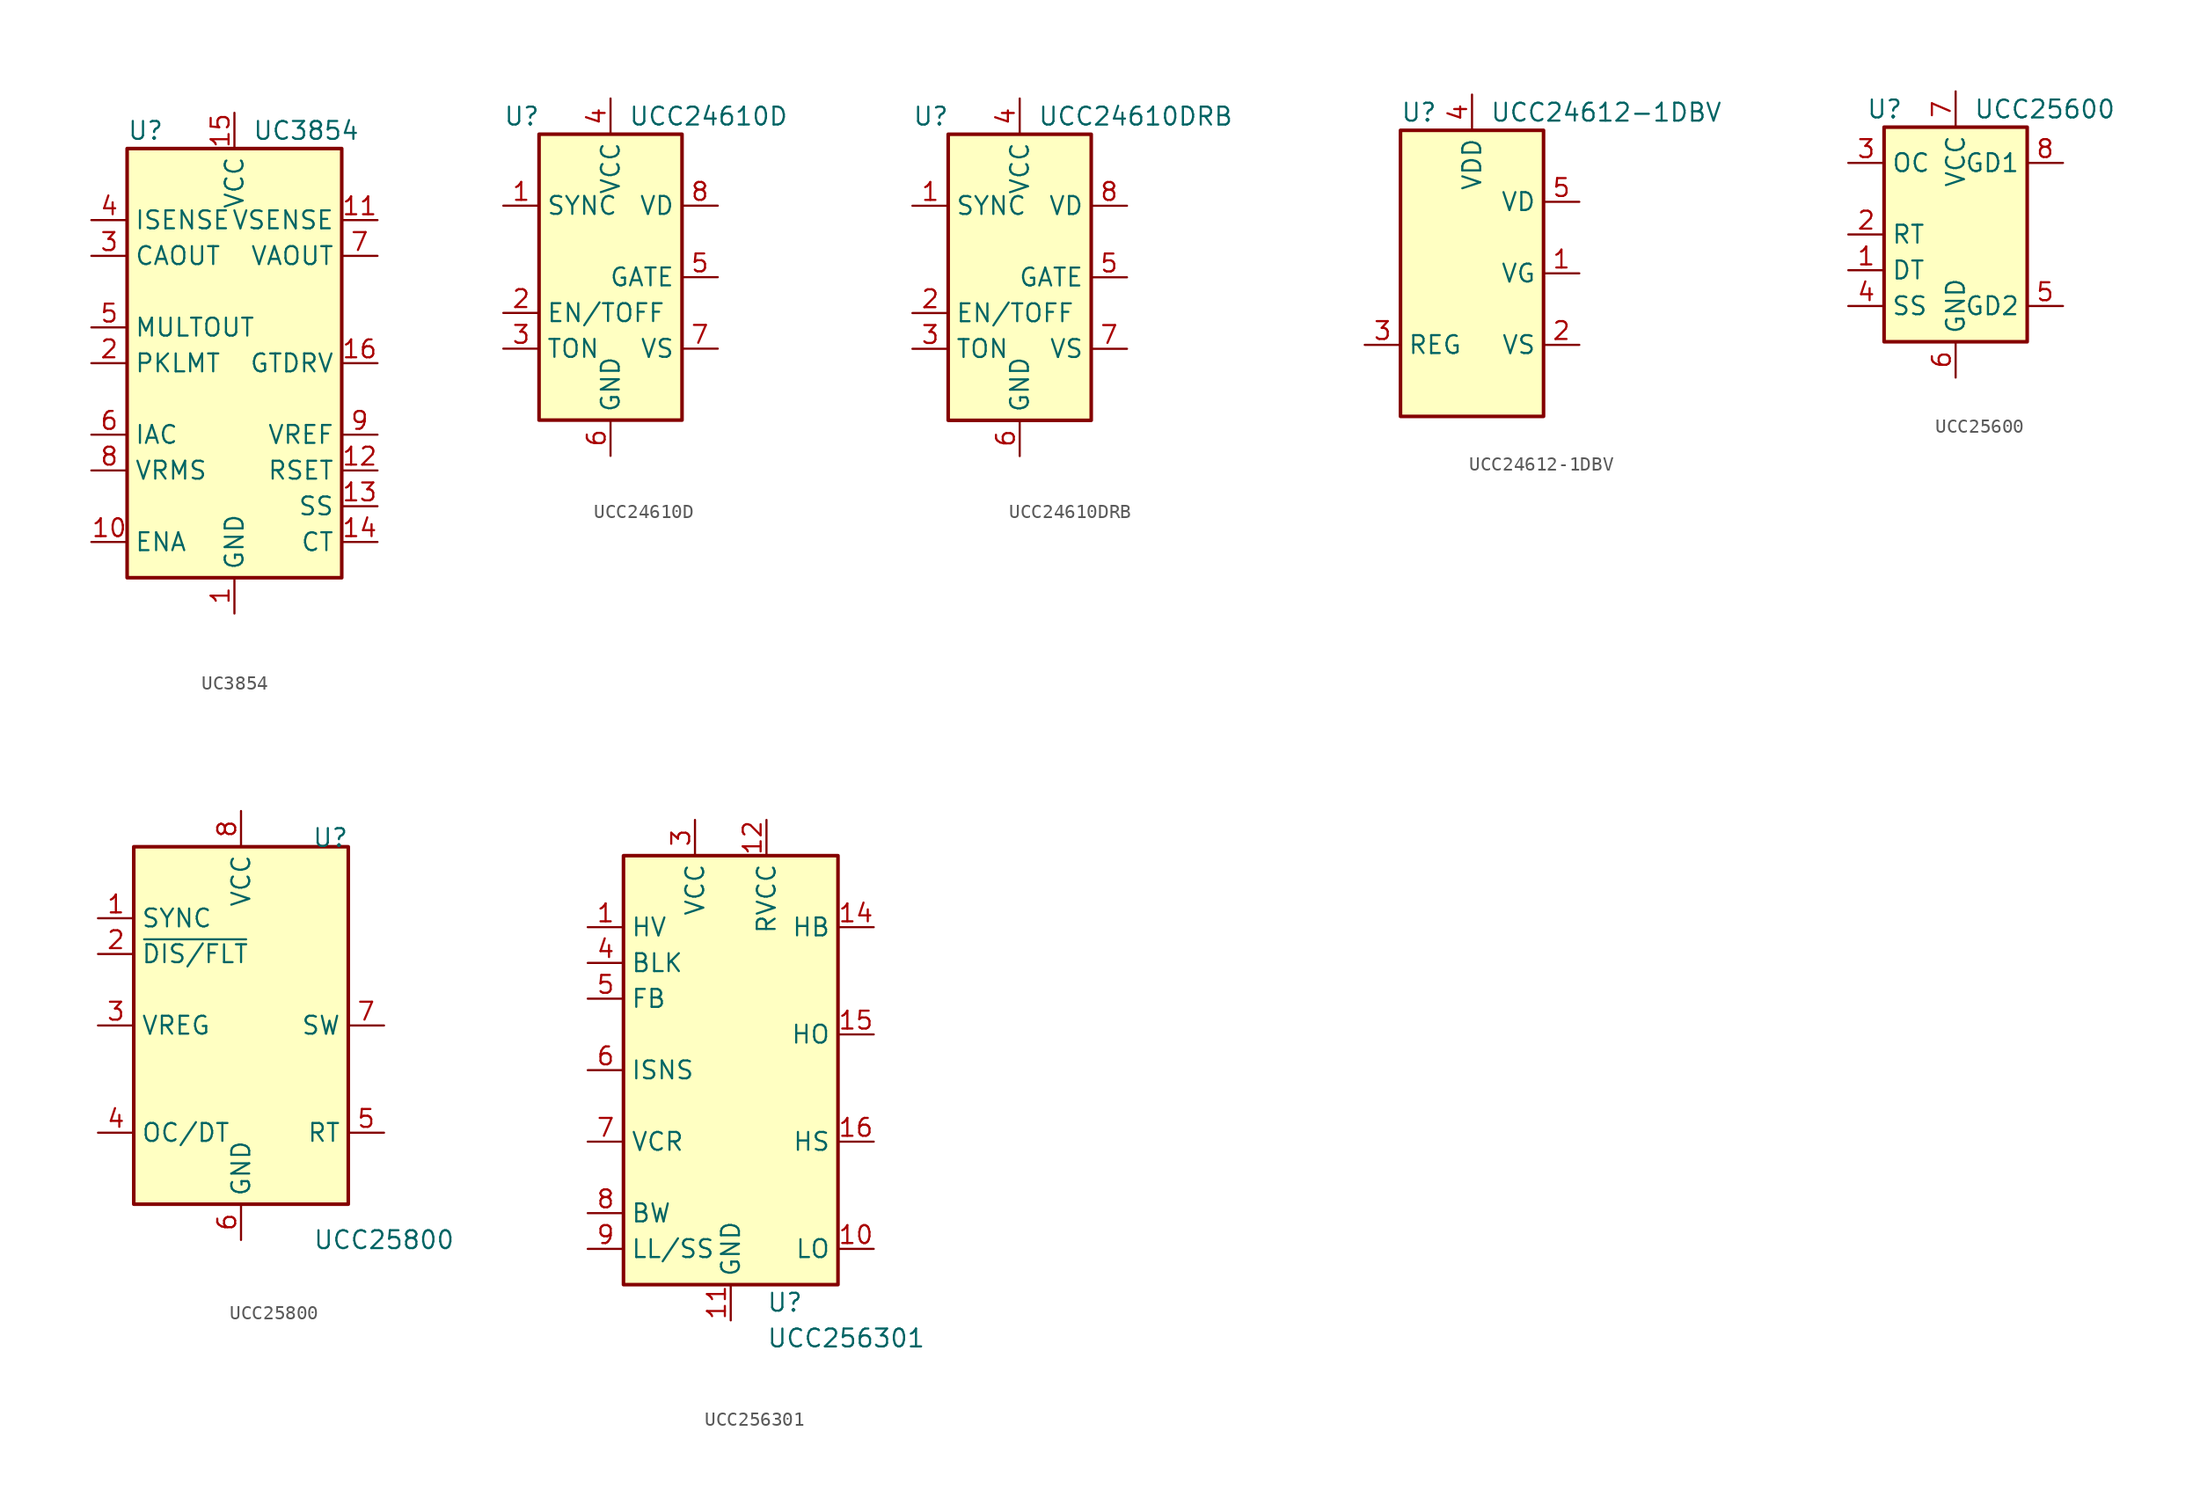
<source format=kicad_sym>
(kicad_symbol_lib
  (version 20241209)
  (generator "kicad_symbol_editor")
  (generator_version "9.0")
  (symbol "UC3854"
    (property "Reference" "U"
      (at -7.62 16.51 0)
      (effects (font (size 1.27 1.27)) (justify left)))
    (property "Value" "UC3854"
      (at 1.27 16.51 0)
      (effects (font (size 1.27 1.27)) (justify left)))
    (symbol "UC3854_0_0"
      (rectangle (start -7.62 15.24) (end 7.62 -15.24) (stroke (width 0.254) (type default)) (fill (type background))))
    (symbol "UC3854_1_1"
      (pin input line (at -10.16 10.16 0) (length 2.54) (name "ISENSE" (effects (font (size 1.27 1.27)))) (number "4" (effects (font (size 1.27 1.27)))))
      (pin output line (at -10.16 7.62 0) (length 2.54) (name "CAOUT" (effects (font (size 1.27 1.27)))) (number "3" (effects (font (size 1.27 1.27)))))
      (pin passive line (at -10.16 2.54 0) (length 2.54) (name "MULTOUT" (effects (font (size 1.27 1.27)))) (number "5" (effects (font (size 1.27 1.27)))))
      (pin input line (at -10.16 0 0) (length 2.54) (name "PKLMT" (effects (font (size 1.27 1.27)))) (number "2" (effects (font (size 1.27 1.27)))))
      (pin input line (at -10.16 -5.08 0) (length 2.54) (name "IAC" (effects (font (size 1.27 1.27)))) (number "6" (effects (font (size 1.27 1.27)))))
      (pin input line (at -10.16 -7.62 0) (length 2.54) (name "VRMS" (effects (font (size 1.27 1.27)))) (number "8" (effects (font (size 1.27 1.27)))))
      (pin input line (at -10.16 -12.7 0) (length 2.54) (name "ENA" (effects (font (size 1.27 1.27)))) (number "10" (effects (font (size 1.27 1.27)))))
      (pin power_in line (at 0 17.78 270) (length 2.54) (name "VCC" (effects (font (size 1.27 1.27)))) (number "15" (effects (font (size 1.27 1.27)))))
      (pin power_in line (at 0 -17.78 90) (length 2.54) (name "GND" (effects (font (size 1.27 1.27)))) (number "1" (effects (font (size 1.27 1.27)))))
      (pin input line (at 10.16 10.16 180) (length 2.54) (name "VSENSE" (effects (font (size 1.27 1.27)))) (number "11" (effects (font (size 1.27 1.27)))))
      (pin output line (at 10.16 7.62 180) (length 2.54) (name "VAOUT" (effects (font (size 1.27 1.27)))) (number "7" (effects (font (size 1.27 1.27)))))
      (pin output line (at 10.16 0 180) (length 2.54) (name "GTDRV" (effects (font (size 1.27 1.27)))) (number "16" (effects (font (size 1.27 1.27)))))
      (pin output line (at 10.16 -5.08 180) (length 2.54) (name "VREF" (effects (font (size 1.27 1.27)))) (number "9" (effects (font (size 1.27 1.27)))))
      (pin passive line (at 10.16 -7.62 180) (length 2.54) (name "RSET" (effects (font (size 1.27 1.27)))) (number "12" (effects (font (size 1.27 1.27)))))
      (pin passive line (at 10.16 -10.16 180) (length 2.54) (name "SS" (effects (font (size 1.27 1.27)))) (number "13" (effects (font (size 1.27 1.27)))))
      (pin passive line (at 10.16 -12.7 180) (length 2.54) (name "CT" (effects (font (size 1.27 1.27)))) (number "14" (effects (font (size 1.27 1.27)))))))
  (symbol "UCC24610D"
    (property "Reference" "U"
      (at -7.62 11.43 0)
      (effects (font (size 1.27 1.27)) (justify left)))
    (property "Value" "UCC24610D"
      (at 1.27 11.43 0)
      (effects (font (size 1.27 1.27)) (justify left)))
    (symbol "UCC24610D_0_1"
      (rectangle (start -5.08 -10.16) (end 5.08 10.16) (stroke (width 0.254) (type default)) (fill (type background))))
    (symbol "UCC24610D_1_1"
      (pin input line (at -7.62 5.08 0) (length 2.54) (name "SYNC" (effects (font (size 1.27 1.27)))) (number "1" (effects (font (size 1.27 1.27)))))
      (pin input line (at -7.62 -2.54 0) (length 2.54) (name "EN/TOFF" (effects (font (size 1.27 1.27)))) (number "2" (effects (font (size 1.27 1.27)))))
      (pin input line (at -7.62 -5.08 0) (length 2.54) (name "TON" (effects (font (size 1.27 1.27)))) (number "3" (effects (font (size 1.27 1.27)))))
      (pin power_in line (at 0 12.7 270) (length 2.54) (name "VCC" (effects (font (size 1.27 1.27)))) (number "4" (effects (font (size 1.27 1.27)))))
      (pin power_in line (at 0 -12.7 90) (length 2.54) (name "GND" (effects (font (size 1.27 1.27)))) (number "6" (effects (font (size 1.27 1.27)))))
      (pin input line (at 7.62 5.08 180) (length 2.54) (name "VD" (effects (font (size 1.27 1.27)))) (number "8" (effects (font (size 1.27 1.27)))))
      (pin output line (at 7.62 0 180) (length 2.54) (name "GATE" (effects (font (size 1.27 1.27)))) (number "5" (effects (font (size 1.27 1.27)))))
      (pin input line (at 7.62 -5.08 180) (length 2.54) (name "VS" (effects (font (size 1.27 1.27)))) (number "7" (effects (font (size 1.27 1.27)))))))
  (symbol "UCC24610DRB"
    (property "Reference" "U"
      (at -7.62 11.43 0)
      (effects (font (size 1.27 1.27)) (justify left)))
    (property "Value" "UCC24610DRB"
      (at 1.27 11.43 0)
      (effects (font (size 1.27 1.27)) (justify left)))
    (symbol "UCC24610DRB_0_1"
      (rectangle (start -5.08 -10.16) (end 5.08 10.16) (stroke (width 0.254) (type default)) (fill (type background))))
    (symbol "UCC24610DRB_1_1"
      (pin input line (at -7.62 5.08 0) (length 2.54) (name "SYNC" (effects (font (size 1.27 1.27)))) (number "1" (effects (font (size 1.27 1.27)))))
      (pin input line (at -7.62 -2.54 0) (length 2.54) (name "EN/TOFF" (effects (font (size 1.27 1.27)))) (number "2" (effects (font (size 1.27 1.27)))))
      (pin input line (at -7.62 -5.08 0) (length 2.54) (name "TON" (effects (font (size 1.27 1.27)))) (number "3" (effects (font (size 1.27 1.27)))))
      (pin power_in line (at 0 12.7 270) (length 2.54) (name "VCC" (effects (font (size 1.27 1.27)))) (number "4" (effects (font (size 1.27 1.27)))))
      (pin power_in line (at 0 -12.7 90) (length 2.54) (name "GND" (effects (font (size 1.27 1.27)))) (number "6" (effects (font (size 1.27 1.27)))))
      (pin input line (at 7.62 5.08 180) (length 2.54) (name "VD" (effects (font (size 1.27 1.27)))) (number "8" (effects (font (size 1.27 1.27)))))
      (pin output line (at 7.62 0 180) (length 2.54) (name "GATE" (effects (font (size 1.27 1.27)))) (number "5" (effects (font (size 1.27 1.27)))))
      (pin input line (at 7.62 -5.08 180) (length 2.54) (name "VS" (effects (font (size 1.27 1.27)))) (number "7" (effects (font (size 1.27 1.27)))))))
  (symbol "UCC24612-1DBV"
    (property "Reference" "U"
      (at -5.08 11.43 0)
      (effects (font (size 1.27 1.27)) (justify left)))
    (property "Value" "UCC24612-1DBV"
      (at 1.27 11.43 0)
      (effects (font (size 1.27 1.27)) (justify left)))
    (symbol "UCC24612-1DBV_0_1"
      (rectangle (start -5.08 -10.16) (end 5.08 10.16) (stroke (width 0.254) (type default)) (fill (type background))))
    (symbol "UCC24612-1DBV_1_1"
      (pin passive line (at -7.62 -5.08 0) (length 2.54) (name "REG" (effects (font (size 1.27 1.27)))) (number "3" (effects (font (size 1.27 1.27)))))
      (pin power_in line (at 0 12.7 270) (length 2.54) (name "VDD" (effects (font (size 1.27 1.27)))) (number "4" (effects (font (size 1.27 1.27)))))
      (pin input line (at 7.62 5.08 180) (length 2.54) (name "VD" (effects (font (size 1.27 1.27)))) (number "5" (effects (font (size 1.27 1.27)))))
      (pin output line (at 7.62 0 180) (length 2.54) (name "VG" (effects (font (size 1.27 1.27)))) (number "1" (effects (font (size 1.27 1.27)))))
      (pin input line (at 7.62 -5.08 180) (length 2.54) (name "VS" (effects (font (size 1.27 1.27)))) (number "2" (effects (font (size 1.27 1.27)))))))
  (symbol "UCC25600"
    (property "Reference" "U"
      (at -6.35 8.89 0)
      (effects (font (size 1.27 1.27)) (justify left)))
    (property "Value" "UCC25600"
      (at 1.27 8.89 0)
      (effects (font (size 1.27 1.27)) (justify left)))
    (symbol "UCC25600_0_0"
      (rectangle (start -5.08 7.62) (end 5.08 -7.62) (stroke (width 0.254) (type default)) (fill (type background))))
    (symbol "UCC25600_1_1"
      (pin input line (at -7.62 5.08 0) (length 2.54) (name "OC" (effects (font (size 1.27 1.27)))) (number "3" (effects (font (size 1.27 1.27)))))
      (pin input line (at -7.62 0 0) (length 2.54) (name "RT" (effects (font (size 1.27 1.27)))) (number "2" (effects (font (size 1.27 1.27)))))
      (pin passive line (at -7.62 -2.54 0) (length 2.54) (name "DT" (effects (font (size 1.27 1.27)))) (number "1" (effects (font (size 1.27 1.27)))))
      (pin passive line (at -7.62 -5.08 0) (length 2.54) (name "SS" (effects (font (size 1.27 1.27)))) (number "4" (effects (font (size 1.27 1.27)))))
      (pin power_in line (at 0 10.16 270) (length 2.54) (name "VCC" (effects (font (size 1.27 1.27)))) (number "7" (effects (font (size 1.27 1.27)))))
      (pin power_in line (at 0 -10.16 90) (length 2.54) (name "GND" (effects (font (size 1.27 1.27)))) (number "6" (effects (font (size 1.27 1.27)))))
      (pin output line (at 7.62 5.08 180) (length 2.54) (name "GD1" (effects (font (size 1.27 1.27)))) (number "8" (effects (font (size 1.27 1.27)))))
      (pin output line (at 7.62 -5.08 180) (length 2.54) (name "GD2" (effects (font (size 1.27 1.27)))) (number "5" (effects (font (size 1.27 1.27)))))))
  (symbol "UCC25800"
    (property "Reference" "U"
      (at 6.35 13.335 0)
      (effects (font (size 1.27 1.27))))
    (property "Value" "UCC25800"
      (at 10.16 -15.24 0)
      (effects (font (size 1.27 1.27))))
    (symbol "UCC25800_0_1"
      (rectangle (start -7.62 12.7) (end 7.62 -12.7) (stroke (width 0.254) (type default)) (fill (type background))))
    (symbol "UCC25800_1_1"
      (pin input line (at -10.16 7.62 0) (length 2.54) (name "SYNC" (effects (font (size 1.27 1.27)))) (number "1" (effects (font (size 1.27 1.27)))))
      (pin bidirectional line (at -10.16 5.08 0) (length 2.54) (name "~{DIS/FLT}" (effects (font (size 1.27 1.27)))) (number "2" (effects (font (size 1.27 1.27)))))
      (pin output line (at -10.16 0 0) (length 2.54) (name "VREG" (effects (font (size 1.27 1.27)))) (number "3" (effects (font (size 1.27 1.27)))))
      (pin input line (at -10.16 -7.62 0) (length 2.54) (name "OC/DT" (effects (font (size 1.27 1.27)))) (number "4" (effects (font (size 1.27 1.27)))))
      (pin power_in line (at 0 15.24 270) (length 2.54) (name "VCC" (effects (font (size 1.27 1.27)))) (number "8" (effects (font (size 1.27 1.27)))))
      (pin power_in line (at 0 -15.24 90) (length 2.54) (name "GND" (effects (font (size 1.27 1.27)))) (number "6" (effects (font (size 1.27 1.27)))))
      (pin passive line (at 0 -15.24 90) (length 2.54) (hide yes) (name "GND" (effects (font (size 1.27 1.27)))) (number "9" (effects (font (size 1.27 1.27)))))
      (pin output line (at 10.16 0 180) (length 2.54) (name "SW" (effects (font (size 1.27 1.27)))) (number "7" (effects (font (size 1.27 1.27)))))
      (pin passive line (at 10.16 -7.62 180) (length 2.54) (name "RT" (effects (font (size 1.27 1.27)))) (number "5" (effects (font (size 1.27 1.27)))))))
  (symbol "UCC256301"
    (property "Reference" "U"
      (at 2.54 -16.51 0)
      (effects (font (size 1.27 1.27)) (justify left)))
    (property "Value" "UCC256301"
      (at 2.54 -19.05 0)
      (effects (font (size 1.27 1.27)) (justify left)))
    (symbol "UCC256301_0_1"
      (rectangle (start -7.62 15.24) (end 7.62 -15.24) (stroke (width 0.254) (type default)) (fill (type background))))
    (symbol "UCC256301_1_1"
      (pin input line (at -10.16 10.16 0) (length 2.54) (name "HV" (effects (font (size 1.27 1.27)))) (number "1" (effects (font (size 1.27 1.27)))))
      (pin input line (at -10.16 7.62 0) (length 2.54) (name "BLK" (effects (font (size 1.27 1.27)))) (number "4" (effects (font (size 1.27 1.27)))))
      (pin input line (at -10.16 5.08 0) (length 2.54) (name "FB" (effects (font (size 1.27 1.27)))) (number "5" (effects (font (size 1.27 1.27)))))
      (pin input line (at -10.16 0 0) (length 2.54) (name "ISNS" (effects (font (size 1.27 1.27)))) (number "6" (effects (font (size 1.27 1.27)))))
      (pin input line (at -10.16 -5.08 0) (length 2.54) (name "VCR" (effects (font (size 1.27 1.27)))) (number "7" (effects (font (size 1.27 1.27)))))
      (pin input line (at -10.16 -10.16 0) (length 2.54) (name "BW" (effects (font (size 1.27 1.27)))) (number "8" (effects (font (size 1.27 1.27)))))
      (pin input line (at -10.16 -12.7 0) (length 2.54) (name "LL/SS" (effects (font (size 1.27 1.27)))) (number "9" (effects (font (size 1.27 1.27)))))
      (pin power_in line (at -2.54 17.78 270) (length 2.54) (name "VCC" (effects (font (size 1.27 1.27)))) (number "3" (effects (font (size 1.27 1.27)))))
      (pin power_in line (at 0 -17.78 90) (length 2.54) (name "GND" (effects (font (size 1.27 1.27)))) (number "11" (effects (font (size 1.27 1.27)))))
      (pin power_out line (at 2.54 17.78 270) (length 2.54) (name "RVCC" (effects (font (size 1.27 1.27)))) (number "12" (effects (font (size 1.27 1.27)))))
      (pin input line (at 10.16 10.16 180) (length 2.54) (name "HB" (effects (font (size 1.27 1.27)))) (number "14" (effects (font (size 1.27 1.27)))))
      (pin output line (at 10.16 2.54 180) (length 2.54) (name "HO" (effects (font (size 1.27 1.27)))) (number "15" (effects (font (size 1.27 1.27)))))
      (pin input line (at 10.16 -5.08 180) (length 2.54) (name "HS" (effects (font (size 1.27 1.27)))) (number "16" (effects (font (size 1.27 1.27)))))
      (pin output line (at 10.16 -12.7 180) (length 2.54) (name "LO" (effects (font (size 1.27 1.27)))) (number "10" (effects (font (size 1.27 1.27))))))))
</source>
